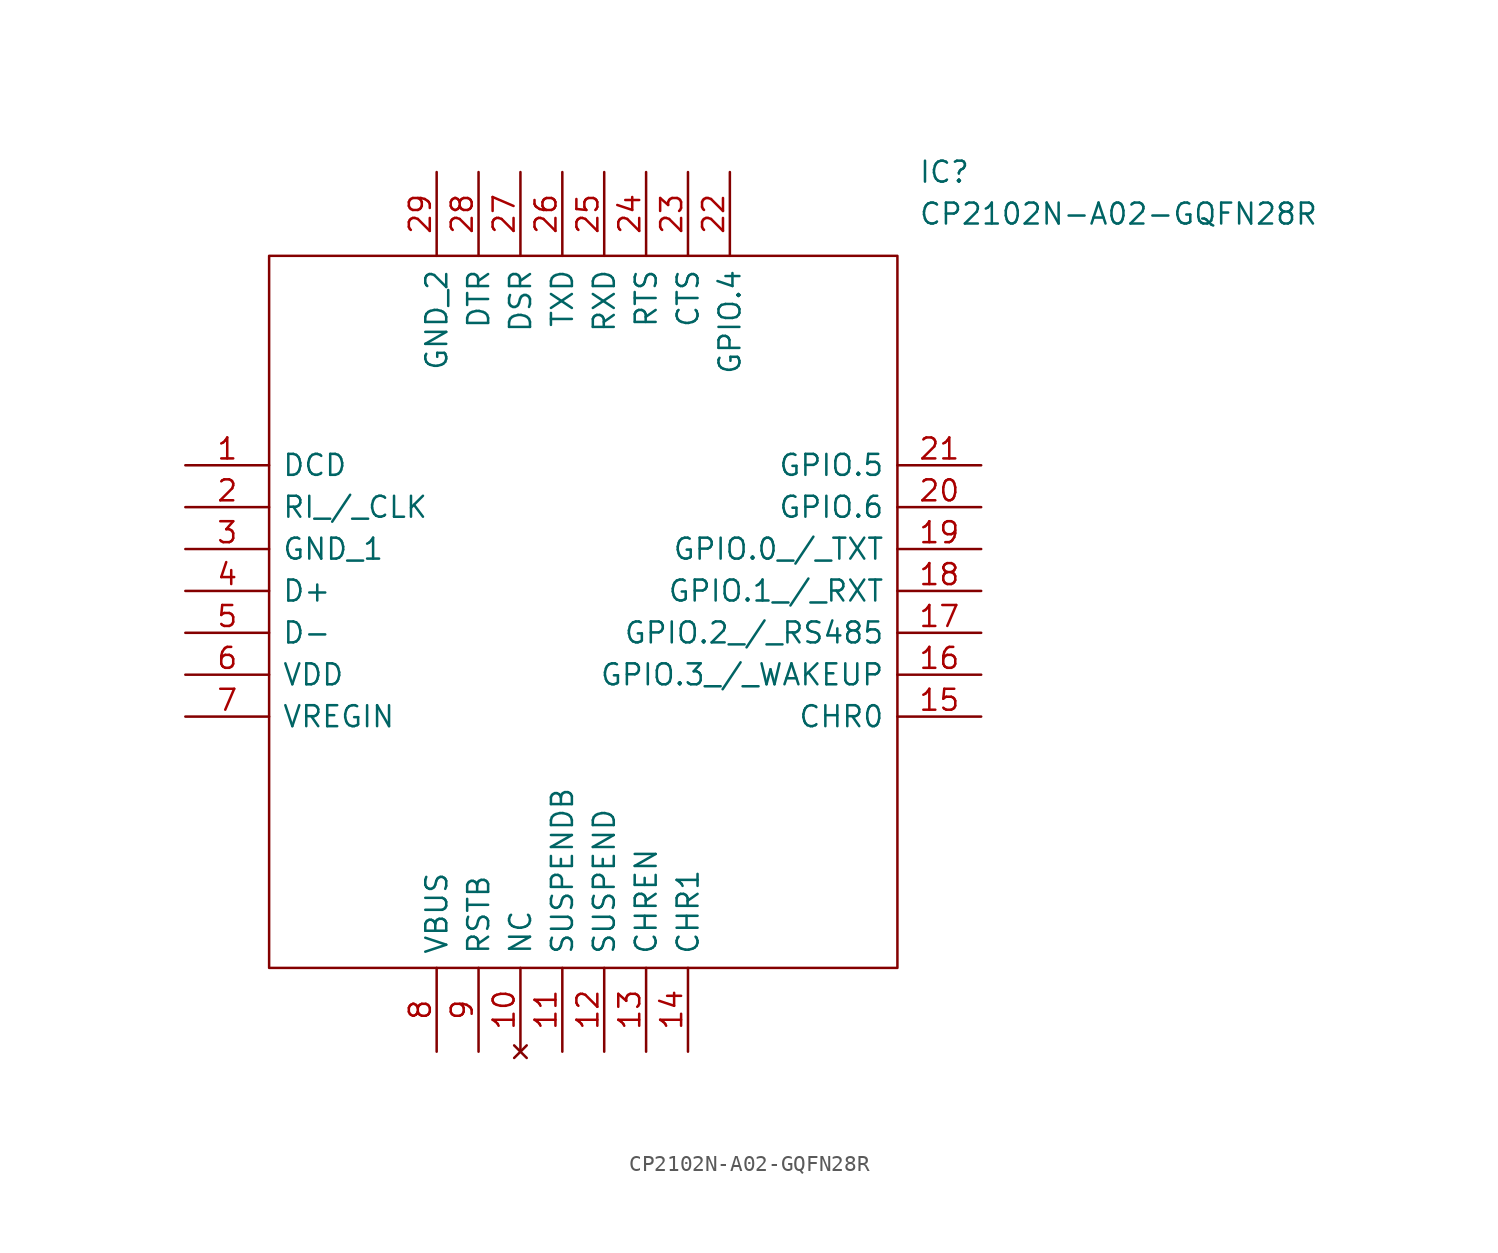
<source format=kicad_sym>
(kicad_symbol_lib
  (version 20211014)
  (generator kicad_symbol_editor)
  (symbol "CP2102N-A02-GQFN28R"
    (pin_names
      (offset 0.762))
    (property "Reference" "IC"
      (at 44.45 17.78 0)
      (effects (font (size 1.27 1.27)) (justify left)))
    (property "Value" "CP2102N-A02-GQFN28R"
      (at 44.45 15.24 0)
      (effects (font (size 1.27 1.27)) (justify left)))
    (symbol "CP2102N-A02-GQFN28R_0_0"
      (pin passive line (at 0 0 0) (length 5.08) (name "DCD" (effects (font (size 1.27 1.27)))) (number "1" (effects (font (size 1.27 1.27)))))
      (pin no_connect line (at 20.32 -35.56 90) (length 5.08) (name "NC" (effects (font (size 1.27 1.27)))) (number "10" (effects (font (size 1.27 1.27)))))
      (pin passive line (at 22.86 -35.56 90) (length 5.08) (name "SUSPENDB" (effects (font (size 1.27 1.27)))) (number "11" (effects (font (size 1.27 1.27)))))
      (pin passive line (at 25.4 -35.56 90) (length 5.08) (name "SUSPEND" (effects (font (size 1.27 1.27)))) (number "12" (effects (font (size 1.27 1.27)))))
      (pin passive line (at 27.94 -35.56 90) (length 5.08) (name "CHREN" (effects (font (size 1.27 1.27)))) (number "13" (effects (font (size 1.27 1.27)))))
      (pin passive line (at 30.48 -35.56 90) (length 5.08) (name "CHR1" (effects (font (size 1.27 1.27)))) (number "14" (effects (font (size 1.27 1.27)))))
      (pin passive line (at 48.26 -15.24 180) (length 5.08) (name "CHR0" (effects (font (size 1.27 1.27)))) (number "15" (effects (font (size 1.27 1.27)))))
      (pin passive line (at 48.26 -12.7 180) (length 5.08) (name "GPIO.3_/_WAKEUP" (effects (font (size 1.27 1.27)))) (number "16" (effects (font (size 1.27 1.27)))))
      (pin passive line (at 48.26 -10.16 180) (length 5.08) (name "GPIO.2_/_RS485" (effects (font (size 1.27 1.27)))) (number "17" (effects (font (size 1.27 1.27)))))
      (pin passive line (at 48.26 -7.62 180) (length 5.08) (name "GPIO.1_/_RXT" (effects (font (size 1.27 1.27)))) (number "18" (effects (font (size 1.27 1.27)))))
      (pin passive line (at 48.26 -5.08 180) (length 5.08) (name "GPIO.0_/_TXT" (effects (font (size 1.27 1.27)))) (number "19" (effects (font (size 1.27 1.27)))))
      (pin passive line (at 0 -2.54 0) (length 5.08) (name "RI_/_CLK" (effects (font (size 1.27 1.27)))) (number "2" (effects (font (size 1.27 1.27)))))
      (pin passive line (at 48.26 -2.54 180) (length 5.08) (name "GPIO.6" (effects (font (size 1.27 1.27)))) (number "20" (effects (font (size 1.27 1.27)))))
      (pin passive line (at 48.26 0 180) (length 5.08) (name "GPIO.5" (effects (font (size 1.27 1.27)))) (number "21" (effects (font (size 1.27 1.27)))))
      (pin passive line (at 33.02 17.78 270) (length 5.08) (name "GPIO.4" (effects (font (size 1.27 1.27)))) (number "22" (effects (font (size 1.27 1.27)))))
      (pin passive line (at 30.48 17.78 270) (length 5.08) (name "CTS" (effects (font (size 1.27 1.27)))) (number "23" (effects (font (size 1.27 1.27)))))
      (pin passive line (at 27.94 17.78 270) (length 5.08) (name "RTS" (effects (font (size 1.27 1.27)))) (number "24" (effects (font (size 1.27 1.27)))))
      (pin passive line (at 25.4 17.78 270) (length 5.08) (name "RXD" (effects (font (size 1.27 1.27)))) (number "25" (effects (font (size 1.27 1.27)))))
      (pin passive line (at 22.86 17.78 270) (length 5.08) (name "TXD" (effects (font (size 1.27 1.27)))) (number "26" (effects (font (size 1.27 1.27)))))
      (pin passive line (at 20.32 17.78 270) (length 5.08) (name "DSR" (effects (font (size 1.27 1.27)))) (number "27" (effects (font (size 1.27 1.27)))))
      (pin passive line (at 17.78 17.78 270) (length 5.08) (name "DTR" (effects (font (size 1.27 1.27)))) (number "28" (effects (font (size 1.27 1.27)))))
      (pin passive line (at 15.24 17.78 270) (length 5.08) (name "GND_2" (effects (font (size 1.27 1.27)))) (number "29" (effects (font (size 1.27 1.27)))))
      (pin passive line (at 0 -5.08 0) (length 5.08) (name "GND_1" (effects (font (size 1.27 1.27)))) (number "3" (effects (font (size 1.27 1.27)))))
      (pin passive line (at 0 -7.62 0) (length 5.08) (name "D+" (effects (font (size 1.27 1.27)))) (number "4" (effects (font (size 1.27 1.27)))))
      (pin passive line (at 0 -10.16 0) (length 5.08) (name "D-" (effects (font (size 1.27 1.27)))) (number "5" (effects (font (size 1.27 1.27)))))
      (pin passive line (at 0 -12.7 0) (length 5.08) (name "VDD" (effects (font (size 1.27 1.27)))) (number "6" (effects (font (size 1.27 1.27)))))
      (pin passive line (at 0 -15.24 0) (length 5.08) (name "VREGIN" (effects (font (size 1.27 1.27)))) (number "7" (effects (font (size 1.27 1.27)))))
      (pin passive line (at 15.24 -35.56 90) (length 5.08) (name "VBUS" (effects (font (size 1.27 1.27)))) (number "8" (effects (font (size 1.27 1.27)))))
      (pin passive line (at 17.78 -35.56 90) (length 5.08) (name "RSTB" (effects (font (size 1.27 1.27)))) (number "9" (effects (font (size 1.27 1.27))))))
    (symbol "CP2102N-A02-GQFN28R_0_1"
      (polyline (pts (xy 5.08 12.7) (xy 43.18 12.7) (xy 43.18 -30.48) (xy 5.08 -30.48) (xy 5.08 12.7)) (stroke (width 0.152) (type default) (color 0 0 0 0)) (fill (type none))))))
</source>
